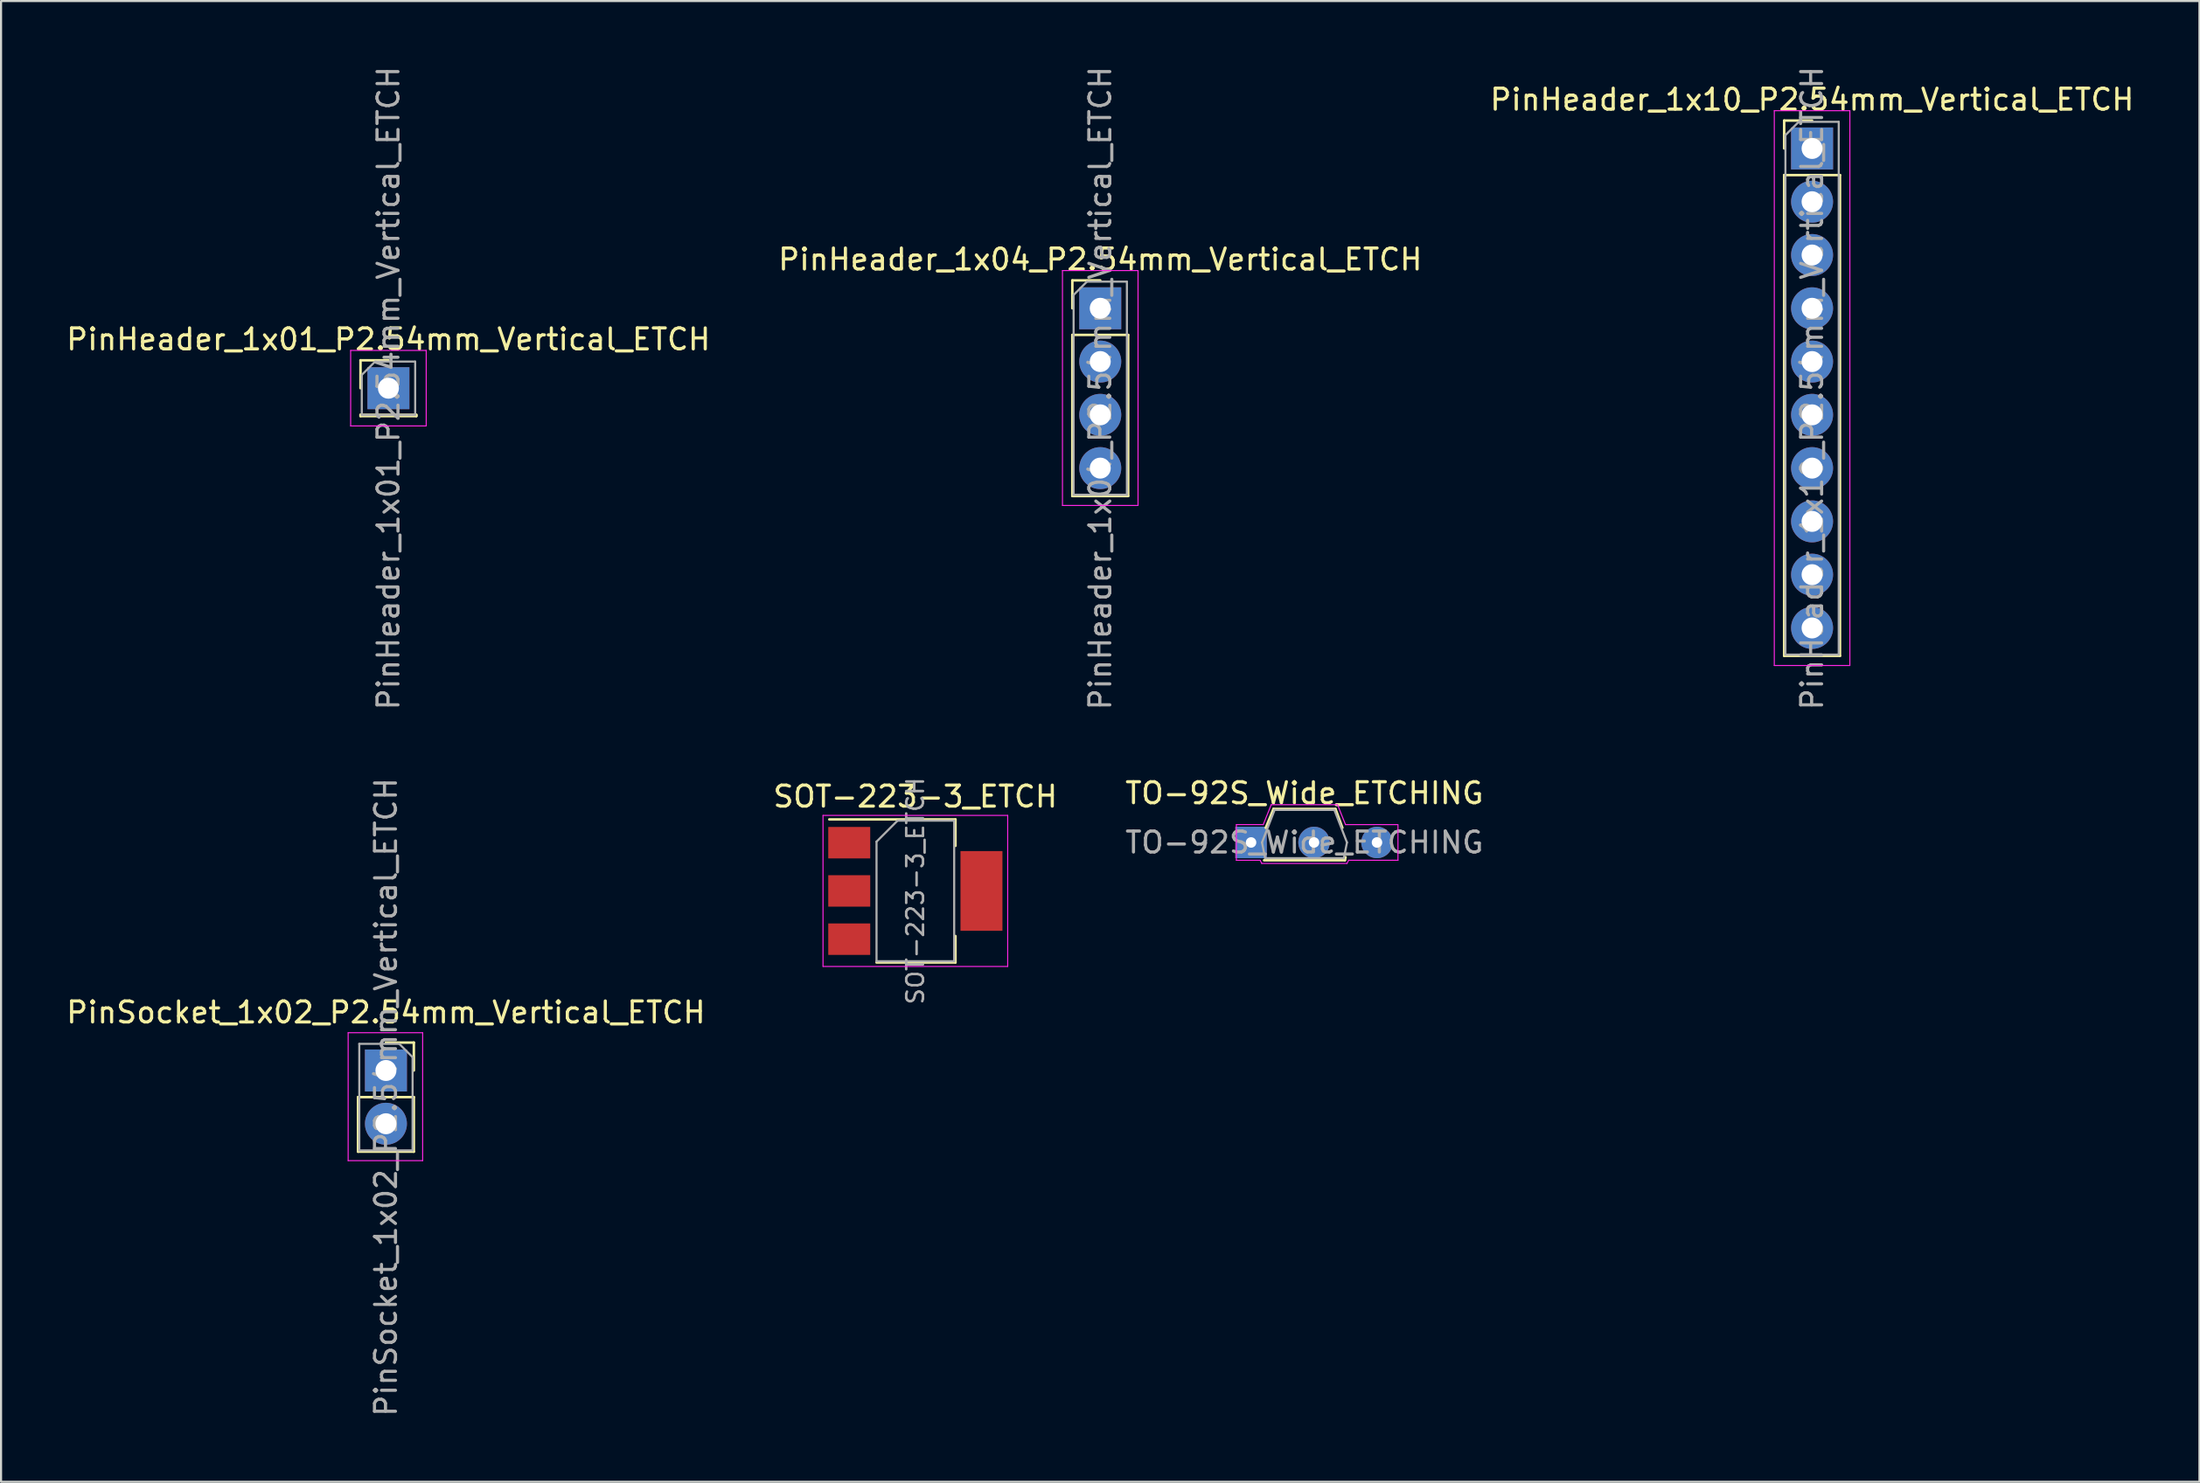
<source format=kicad_pcb>
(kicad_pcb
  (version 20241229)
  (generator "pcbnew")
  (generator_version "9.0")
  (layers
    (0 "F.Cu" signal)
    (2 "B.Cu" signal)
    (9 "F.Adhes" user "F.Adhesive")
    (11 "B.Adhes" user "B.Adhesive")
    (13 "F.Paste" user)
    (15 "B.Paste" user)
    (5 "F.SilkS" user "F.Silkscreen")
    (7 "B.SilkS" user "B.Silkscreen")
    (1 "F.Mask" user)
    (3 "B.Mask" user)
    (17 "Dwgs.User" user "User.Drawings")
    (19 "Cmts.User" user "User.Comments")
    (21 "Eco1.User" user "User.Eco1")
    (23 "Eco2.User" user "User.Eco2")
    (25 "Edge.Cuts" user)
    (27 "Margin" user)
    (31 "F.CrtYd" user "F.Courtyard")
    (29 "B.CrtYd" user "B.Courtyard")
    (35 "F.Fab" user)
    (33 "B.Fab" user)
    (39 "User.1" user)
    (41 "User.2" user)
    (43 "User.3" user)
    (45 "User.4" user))
  (footprint "PinHeader_1x04_P2.54mm_Vertical_ETCH"
    (layer "F.Cu")
    (at 49.375 11.648)
    (property "Reference" "PinHeader_1x04_P2.54mm_Vertical_ETCH" (at 0 -2.33 0) (layer "F.SilkS") (effects (font (size 1 1) (thickness 0.15))))
    (attr through_hole)
    (fp_line (start -1.33 -1.33) (end 0 -1.33) (stroke (width 0.12) (type solid)) (layer "F.SilkS"))
    (fp_line (start -1.33 0) (end -1.33 -1.33) (stroke (width 0.12) (type solid)) (layer "F.SilkS"))
    (fp_line (start -1.33 1.27) (end -1.33 8.95) (stroke (width 0.12) (type solid)) (layer "F.SilkS"))
    (fp_line (start -1.33 1.27) (end 1.33 1.27) (stroke (width 0.12) (type solid)) (layer "F.SilkS"))
    (fp_line (start -1.33 8.95) (end 1.33 8.95) (stroke (width 0.12) (type solid)) (layer "F.SilkS"))
    (fp_line (start 1.33 1.27) (end 1.33 8.95) (stroke (width 0.12) (type solid)) (layer "F.SilkS"))
    (fp_line (start -1.8 -1.8) (end -1.8 9.4) (stroke (width 0.05) (type solid)) (layer "F.CrtYd"))
    (fp_line (start -1.8 9.4) (end 1.8 9.4) (stroke (width 0.05) (type solid)) (layer "F.CrtYd"))
    (fp_line (start 1.8 -1.8) (end -1.8 -1.8) (stroke (width 0.05) (type solid)) (layer "F.CrtYd"))
    (fp_line (start 1.8 9.4) (end 1.8 -1.8) (stroke (width 0.05) (type solid)) (layer "F.CrtYd"))
    (fp_line (start -1.27 -0.635) (end -0.635 -1.27) (stroke (width 0.1) (type solid)) (layer "F.Fab"))
    (fp_line (start -1.27 8.89) (end -1.27 -0.635) (stroke (width 0.1) (type solid)) (layer "F.Fab"))
    (fp_line (start -0.635 -1.27) (end 1.27 -1.27) (stroke (width 0.1) (type solid)) (layer "F.Fab"))
    (fp_line (start 1.27 -1.27) (end 1.27 8.89) (stroke (width 0.1) (type solid)) (layer "F.Fab"))
    (fp_line (start 1.27 8.89) (end -1.27 8.89) (stroke (width 0.1) (type solid)) (layer "F.Fab"))
    (fp_text user "${REFERENCE}" (at 0 3.81 90) (layer "F.Fab") (effects (font (size 1 1) (thickness 0.15))))
    (pad "1" thru_hole rect (at 0 0) (size 2 2) (drill 1) (layers "*.Cu" "*.Mask"))
    (pad "2" thru_hole oval (at 0 2.54) (size 2 2) (drill 1) (layers "*.Cu" "*.Mask"))
    (pad "3" thru_hole oval (at 0 5.08) (size 2 2) (drill 1) (layers "*.Cu" "*.Mask"))
    (pad "4" thru_hole oval (at 0 7.62) (size 2 2) (drill 1) (layers "*.Cu" "*.Mask")))
  (footprint "PinHeader_1x01_P2.54mm_Vertical_ETCH"
    (layer "F.Cu")
    (at 15.458 15.458)
    (property "Reference" "PinHeader_1x01_P2.54mm_Vertical_ETCH" (at 0 -2.33 0) (layer "F.SilkS") (effects (font (size 1 1) (thickness 0.15))))
    (attr through_hole)
    (fp_line (start -1.33 -1.33) (end 0 -1.33) (stroke (width 0.12) (type solid)) (layer "F.SilkS"))
    (fp_line (start -1.33 0) (end -1.33 -1.33) (stroke (width 0.12) (type solid)) (layer "F.SilkS"))
    (fp_line (start -1.33 1.27) (end -1.33 1.33) (stroke (width 0.12) (type solid)) (layer "F.SilkS"))
    (fp_line (start -1.33 1.27) (end 1.33 1.27) (stroke (width 0.12) (type solid)) (layer "F.SilkS"))
    (fp_line (start -1.33 1.33) (end 1.33 1.33) (stroke (width 0.12) (type solid)) (layer "F.SilkS"))
    (fp_line (start 1.33 1.27) (end 1.33 1.33) (stroke (width 0.12) (type solid)) (layer "F.SilkS"))
    (fp_line (start -1.8 -1.8) (end -1.8 1.8) (stroke (width 0.05) (type solid)) (layer "F.CrtYd"))
    (fp_line (start -1.8 1.8) (end 1.8 1.8) (stroke (width 0.05) (type solid)) (layer "F.CrtYd"))
    (fp_line (start 1.8 -1.8) (end -1.8 -1.8) (stroke (width 0.05) (type solid)) (layer "F.CrtYd"))
    (fp_line (start 1.8 1.8) (end 1.8 -1.8) (stroke (width 0.05) (type solid)) (layer "F.CrtYd"))
    (fp_line (start -1.27 -0.635) (end -0.635 -1.27) (stroke (width 0.1) (type solid)) (layer "F.Fab"))
    (fp_line (start -1.27 1.27) (end -1.27 -0.635) (stroke (width 0.1) (type solid)) (layer "F.Fab"))
    (fp_line (start -0.635 -1.27) (end 1.27 -1.27) (stroke (width 0.1) (type solid)) (layer "F.Fab"))
    (fp_line (start 1.27 1.27) (end -1.27 1.27) (stroke (width 0.1) (type solid)) (layer "F.Fab"))
    (fp_line (start 1.275 -1.27) (end 1.275 1.27) (stroke (width 0.1) (type solid)) (layer "F.Fab"))
    (fp_text user "${REFERENCE}" (at 0 0 90) (layer "F.Fab") (effects (font (size 1 1) (thickness 0.15))))
    (pad "1" thru_hole rect (at 0 0) (size 2 2) (drill 1) (layers "*.Cu" "*.Mask")))
  (footprint "PinSocket_1x02_P2.54mm_Vertical_ETCH"
    (layer "F.Cu")
    (at 15.339 47.986)
    (property "Reference" "PinSocket_1x02_P2.54mm_Vertical_ETCH" (at 0 -2.77 0) (layer "F.SilkS") (effects (font (size 1 1) (thickness 0.15))))
    (attr through_hole)
    (fp_line (start -1.33 1.27) (end -1.33 3.87) (stroke (width 0.12) (type solid)) (layer "F.SilkS"))
    (fp_line (start -1.33 1.27) (end 1.33 1.27) (stroke (width 0.12) (type solid)) (layer "F.SilkS"))
    (fp_line (start -1.33 3.87) (end 1.33 3.87) (stroke (width 0.12) (type solid)) (layer "F.SilkS"))
    (fp_line (start 0 -1.33) (end 1.33 -1.33) (stroke (width 0.12) (type solid)) (layer "F.SilkS"))
    (fp_line (start 1.33 -1.33) (end 1.33 0) (stroke (width 0.12) (type solid)) (layer "F.SilkS"))
    (fp_line (start 1.33 1.27) (end 1.33 3.87) (stroke (width 0.12) (type solid)) (layer "F.SilkS"))
    (fp_line (start -1.8 -1.8) (end 1.75 -1.8) (stroke (width 0.05) (type solid)) (layer "F.CrtYd"))
    (fp_line (start -1.8 4.3) (end -1.8 -1.8) (stroke (width 0.05) (type solid)) (layer "F.CrtYd"))
    (fp_line (start 1.75 -1.8) (end 1.75 4.3) (stroke (width 0.05) (type solid)) (layer "F.CrtYd"))
    (fp_line (start 1.75 4.3) (end -1.8 4.3) (stroke (width 0.05) (type solid)) (layer "F.CrtYd"))
    (fp_line (start -1.27 -1.27) (end 0.635 -1.27) (stroke (width 0.1) (type solid)) (layer "F.Fab"))
    (fp_line (start -1.27 3.81) (end -1.27 -1.27) (stroke (width 0.1) (type solid)) (layer "F.Fab"))
    (fp_line (start 0.635 -1.27) (end 1.27 -0.635) (stroke (width 0.1) (type solid)) (layer "F.Fab"))
    (fp_line (start 1.27 -0.635) (end 1.27 3.81) (stroke (width 0.1) (type solid)) (layer "F.Fab"))
    (fp_line (start 1.27 3.81) (end -1.27 3.81) (stroke (width 0.1) (type solid)) (layer "F.Fab"))
    (fp_text user "${REFERENCE}" (at 0 1.27 90) (layer "F.Fab") (effects (font (size 1 1) (thickness 0.15))))
    (pad "1" thru_hole rect (at 0 0) (size 2 2) (drill 1) (layers "*.Cu" "*.Mask"))
    (pad "2" thru_hole oval (at 0 2.54) (size 2 2) (drill 1) (layers "*.Cu" "*.Mask")))
  (footprint "SOT-223-3_ETCH"
    (layer "F.Cu")
    (at 40.565 39.426)
    (property "Reference" "SOT-223-3_ETCH" (at 0 -4.5 0) (layer "F.SilkS") (effects (font (size 1 1) (thickness 0.15))))
    (attr smd)
    (fp_line (start -4.1 -3.41) (end 1.91 -3.41) (stroke (width 0.12) (type solid)) (layer "F.SilkS"))
    (fp_line (start -1.85 3.41) (end 1.91 3.41) (stroke (width 0.12) (type solid)) (layer "F.SilkS"))
    (fp_line (start 1.91 -3.41) (end 1.91 -2.15) (stroke (width 0.12) (type solid)) (layer "F.SilkS"))
    (fp_line (start 1.91 3.41) (end 1.91 2.15) (stroke (width 0.12) (type solid)) (layer "F.SilkS"))
    (fp_line (start -4.4 -3.6) (end -4.4 3.6) (stroke (width 0.05) (type solid)) (layer "F.CrtYd"))
    (fp_line (start -4.4 3.6) (end 4.4 3.6) (stroke (width 0.05) (type solid)) (layer "F.CrtYd"))
    (fp_line (start 4.4 -3.6) (end -4.4 -3.6) (stroke (width 0.05) (type solid)) (layer "F.CrtYd"))
    (fp_line (start 4.4 3.6) (end 4.4 -3.6) (stroke (width 0.05) (type solid)) (layer "F.CrtYd"))
    (fp_line (start -1.85 -2.35) (end -1.85 3.35) (stroke (width 0.1) (type solid)) (layer "F.Fab"))
    (fp_line (start -1.85 -2.35) (end -0.85 -3.35) (stroke (width 0.1) (type solid)) (layer "F.Fab"))
    (fp_line (start -1.85 3.35) (end 1.85 3.35) (stroke (width 0.1) (type solid)) (layer "F.Fab"))
    (fp_line (start -0.85 -3.35) (end 1.85 -3.35) (stroke (width 0.1) (type solid)) (layer "F.Fab"))
    (fp_line (start 1.85 -3.35) (end 1.85 3.35) (stroke (width 0.1) (type solid)) (layer "F.Fab"))
    (fp_text user "${REFERENCE}" (at 0 0 90) (layer "F.Fab") (effects (font (size 0.8 0.8) (thickness 0.12))))
    (pad "1" smd rect (at -3.15 -2.3) (size 2 1.5) (layers "F.Cu" "F.Mask" "F.Paste"))
    (pad "2" smd rect (at -3.15 0) (size 2 1.5) (layers "F.Cu" "F.Mask" "F.Paste"))
    (pad "2" smd rect (at 3.15 0) (size 2 3.8) (layers "F.Cu" "F.Mask" "F.Paste"))
    (pad "3" smd rect (at -3.15 2.3) (size 2 1.5) (layers "F.Cu" "F.Mask" "F.Paste")))
  (footprint "PinHeader_1x10_P2.54mm_Vertical_ETCH"
    (layer "F.Cu")
    (at 83.292 4.028)
    (property "Reference" "PinHeader_1x10_P2.54mm_Vertical_ETCH" (at 0 -2.33 0) (layer "F.SilkS") (effects (font (size 1 1) (thickness 0.15))))
    (attr through_hole)
    (fp_line (start -1.33 -1.33) (end 0 -1.33) (stroke (width 0.12) (type solid)) (layer "F.SilkS"))
    (fp_line (start -1.33 0) (end -1.33 -1.33) (stroke (width 0.12) (type solid)) (layer "F.SilkS"))
    (fp_line (start -1.33 1.27) (end -1.33 24.19) (stroke (width 0.12) (type solid)) (layer "F.SilkS"))
    (fp_line (start -1.33 1.27) (end 1.33 1.27) (stroke (width 0.12) (type solid)) (layer "F.SilkS"))
    (fp_line (start -1.33 24.19) (end 1.33 24.19) (stroke (width 0.12) (type solid)) (layer "F.SilkS"))
    (fp_line (start 1.33 1.27) (end 1.33 24.19) (stroke (width 0.12) (type solid)) (layer "F.SilkS"))
    (fp_line (start -1.8 -1.8) (end -1.8 24.65) (stroke (width 0.05) (type solid)) (layer "F.CrtYd"))
    (fp_line (start -1.8 24.65) (end 1.8 24.65) (stroke (width 0.05) (type solid)) (layer "F.CrtYd"))
    (fp_line (start 1.8 -1.8) (end -1.8 -1.8) (stroke (width 0.05) (type solid)) (layer "F.CrtYd"))
    (fp_line (start 1.8 24.65) (end 1.8 -1.8) (stroke (width 0.05) (type solid)) (layer "F.CrtYd"))
    (fp_line (start -1.27 -0.635) (end -0.635 -1.27) (stroke (width 0.1) (type solid)) (layer "F.Fab"))
    (fp_line (start -1.27 24.13) (end -1.27 -0.635) (stroke (width 0.1) (type solid)) (layer "F.Fab"))
    (fp_line (start -0.635 -1.27) (end 1.27 -1.27) (stroke (width 0.1) (type solid)) (layer "F.Fab"))
    (fp_line (start 1.27 -1.27) (end 1.27 24.13) (stroke (width 0.1) (type solid)) (layer "F.Fab"))
    (fp_line (start 1.27 24.13) (end -1.27 24.13) (stroke (width 0.1) (type solid)) (layer "F.Fab"))
    (fp_text user "${REFERENCE}" (at 0 11.43 90) (layer "F.Fab") (effects (font (size 1 1) (thickness 0.15))))
    (pad "1" thru_hole rect (at 0 0) (size 2 2) (drill 1) (layers "*.Cu" "*.Mask"))
    (pad "2" thru_hole oval (at 0 2.54) (size 2 2) (drill 1) (layers "*.Cu" "*.Mask"))
    (pad "3" thru_hole oval (at 0 5.08) (size 2 2) (drill 1) (layers "*.Cu" "*.Mask"))
    (pad "4" thru_hole oval (at 0 7.62) (size 2 2) (drill 1) (layers "*.Cu" "*.Mask"))
    (pad "5" thru_hole oval (at 0 10.16) (size 2 2) (drill 1) (layers "*.Cu" "*.Mask"))
    (pad "6" thru_hole oval (at 0 12.7) (size 2 2) (drill 1) (layers "*.Cu" "*.Mask"))
    (pad "7" thru_hole oval (at 0 15.24) (size 2 2) (drill 1) (layers "*.Cu" "*.Mask"))
    (pad "8" thru_hole oval (at 0 17.78) (size 2 2) (drill 1) (layers "*.Cu" "*.Mask"))
    (pad "9" thru_hole oval (at 0 20.32) (size 2 2) (drill 1) (layers "*.Cu" "*.Mask"))
    (pad "10" thru_hole oval (at 0 22.86) (size 2 2) (drill 1) (layers "*.Cu" "*.Mask")))
  (footprint "TO-92S_Wide_ETCHING"
    (layer "F.Cu")
    (at 56.561 37.115)
    (property "Reference" "TO-92S_Wide_ETCHING" (at 2.54 -2.35 0) (layer "F.SilkS") (effects (font (size 1 1) (thickness 0.15))))
    (attr through_hole)
    (fp_line (start 0.62 0.85) (end 4.47 0.85) (stroke (width 0.12) (type solid)) (layer "F.SilkS"))
    (fp_line (start 1.07 -1.6) (end 0.7 -0.7) (stroke (width 0.12) (type solid)) (layer "F.SilkS"))
    (fp_line (start 4.02 -1.6) (end 1.07 -1.6) (stroke (width 0.12) (type solid)) (layer "F.SilkS"))
    (fp_line (start 4.35 -0.7) (end 4.02 -1.6) (stroke (width 0.12) (type solid)) (layer "F.SilkS"))
    (fp_line (start 4.47 0.85) (end 4.5 0.7) (stroke (width 0.12) (type solid)) (layer "F.SilkS"))
    (fp_line (start -0.7 -0.85) (end -0.7 0.85) (stroke (width 0.05) (type solid)) (layer "F.CrtYd"))
    (fp_line (start -0.7 0.85) (end 0.43 0.85) (stroke (width 0.05) (type solid)) (layer "F.CrtYd"))
    (fp_line (start 0.51 1) (end 0.43 0.85) (stroke (width 0.05) (type solid)) (layer "F.CrtYd"))
    (fp_line (start 0.51 1) (end 4.57 1) (stroke (width 0.05) (type solid)) (layer "F.CrtYd"))
    (fp_line (start 0.58 -0.85) (end -0.7 -0.85) (stroke (width 0.05) (type solid)) (layer "F.CrtYd"))
    (fp_line (start 0.58 -0.85) (end 0.96 -1.8) (stroke (width 0.05) (type solid)) (layer "F.CrtYd"))
    (fp_line (start 4.12 -1.8) (end 0.96 -1.8) (stroke (width 0.05) (type solid)) (layer "F.CrtYd"))
    (fp_line (start 4.5 -0.85) (end 4.12 -1.8) (stroke (width 0.05) (type solid)) (layer "F.CrtYd"))
    (fp_line (start 4.5 -0.85) (end 5.85 -0.85) (stroke (width 0.05) (type solid)) (layer "F.CrtYd"))
    (fp_line (start 4.57 1) (end 4.65 0.85) (stroke (width 0.05) (type solid)) (layer "F.CrtYd"))
    (fp_line (start 5.85 -0.85) (end 6.75 -0.85) (stroke (width 0.05) (type solid)) (layer "F.CrtYd"))
    (fp_line (start 5.85 0.85) (end 4.65 0.85) (stroke (width 0.05) (type solid)) (layer "F.CrtYd"))
    (fp_line (start 5.85 0.85) (end 6.75 0.85) (stroke (width 0.05) (type solid)) (layer "F.CrtYd"))
    (fp_line (start 6.75 0.85) (end 7 0.85) (stroke (width 0.05) (type solid)) (layer "F.CrtYd"))
    (fp_line (start 6.775 -0.85) (end 7 -0.85) (stroke (width 0.05) (type solid)) (layer "F.CrtYd"))
    (fp_line (start 7 -0.825) (end 7 0.85) (stroke (width 0.05) (type solid)) (layer "F.CrtYd"))
    (fp_line (start 0.52 0) (end 1.12 -1.55) (stroke (width 0.1) (type solid)) (layer "F.Fab"))
    (fp_line (start 0.67 0.75) (end 0.52 0) (stroke (width 0.1) (type solid)) (layer "F.Fab"))
    (fp_line (start 0.67 0.75) (end 4.42 0.75) (stroke (width 0.1) (type solid)) (layer "F.Fab"))
    (fp_line (start 1.12 -1.55) (end 3.97 -1.55) (stroke (width 0.1) (type solid)) (layer "F.Fab"))
    (fp_line (start 4.42 0.75) (end 4.57 0) (stroke (width 0.1) (type solid)) (layer "F.Fab"))
    (fp_line (start 4.57 0) (end 3.97 -1.55) (stroke (width 0.1) (type solid)) (layer "F.Fab"))
    (fp_text user "${REFERENCE}" (at 2.54 0 0) (layer "F.Fab") (effects (font (size 1 1) (thickness 0.15))))
    (pad "1" thru_hole rect (at 0 0) (size 1.5 1.5) (drill 0.5) (layers "*.Cu" "*.Mask"))
    (pad "2" thru_hole oval (at 3 0) (size 1.5 1.5) (drill 0.5) (layers "*.Cu" "*.Mask"))
    (pad "3" thru_hole oval (at 6 0) (size 1.5 1.5) (drill 0.5) (layers "*.Cu" "*.Mask")))
  (gr_rect
    (start -3 -3)
    (end 101.75 67.595)
    (stroke (width 0.1) (type default))
    (fill no)
    (layer "Edge.Cuts")))
</source>
